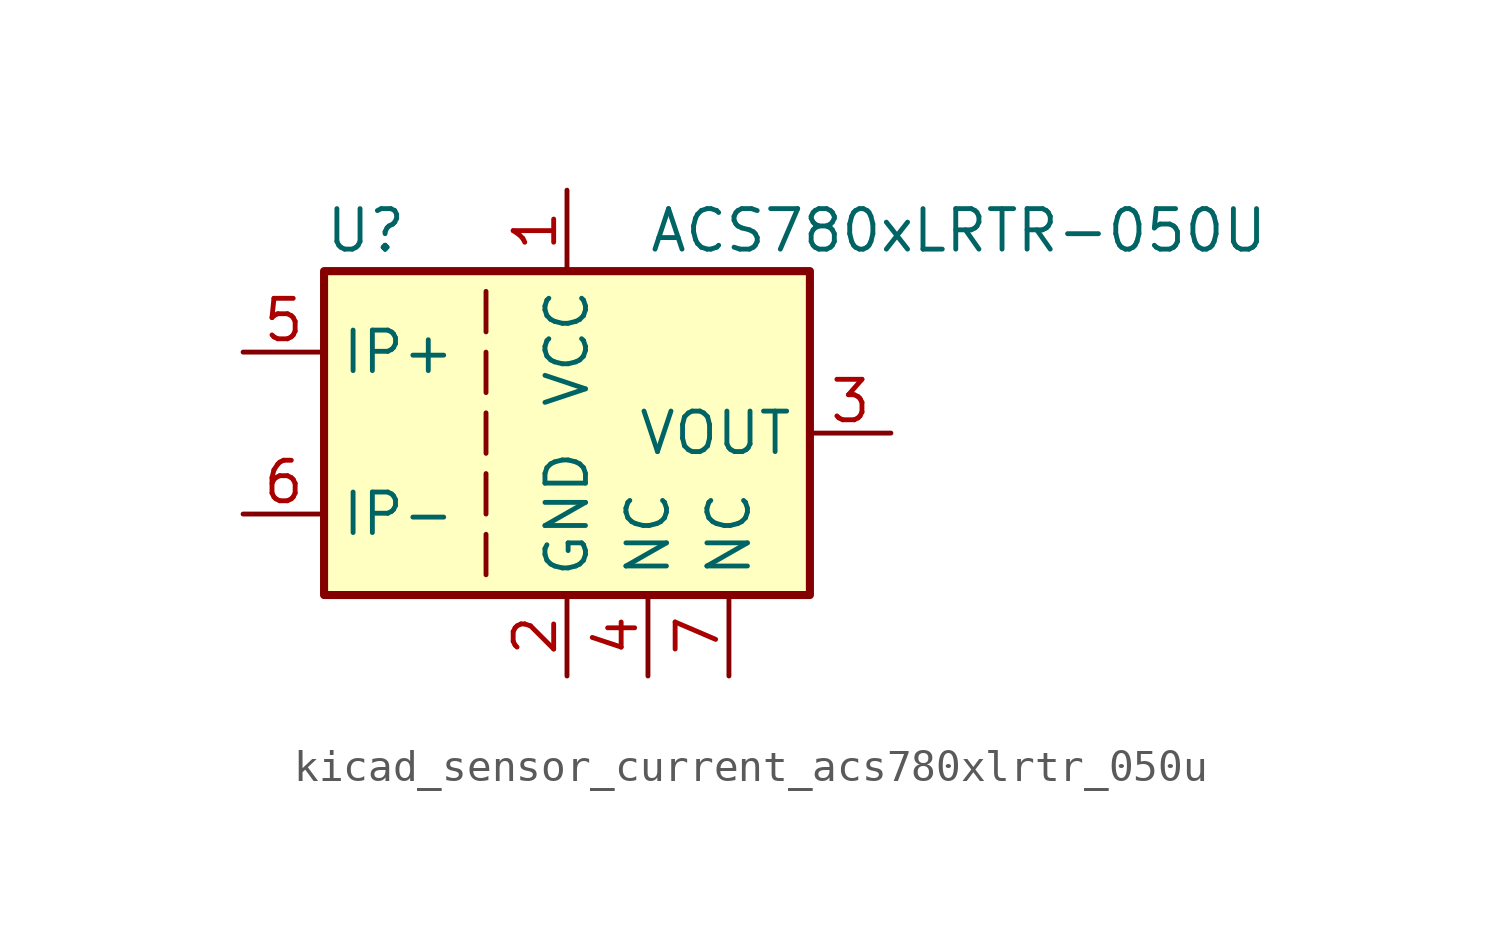
<source format=kicad_sym>
(kicad_symbol_lib
  (version 20220914)
  (generator kicad_symbol_editor)
  (symbol "kicad_sensor_current_acs780xlrtr_050u"
    (property "Reference" "U"
      (at -7.62 6.35 0)
      (effects (font (size 1.27 1.27)) (justify left)))
    (property "Value" "ACS780xLRTR-050U"
      (at 2.54 6.35 0)
      (effects (font (size 1.27 1.27)) (justify left)))
    (symbol "kicad_sensor_current_acs780xlrtr_050u_0_1"
      (rectangle (start -7.62 5.08) (end 7.62 -5.08) (stroke (width 0.254) (type default)) (fill (type background)))
      (polyline (pts (xy -2.54 -3.175) (xy -2.54 -4.445)) (stroke (width 0) (type default)) (fill (type none)))
      (polyline (pts (xy -2.54 -1.27) (xy -2.54 -2.54)) (stroke (width 0) (type default)) (fill (type none)))
      (polyline (pts (xy -2.54 0.635) (xy -2.54 -0.635)) (stroke (width 0) (type default)) (fill (type none)))
      (polyline (pts (xy -2.54 1.27) (xy -2.54 2.54)) (stroke (width 0) (type default)) (fill (type none)))
      (polyline (pts (xy -2.54 3.175) (xy -2.54 4.445)) (stroke (width 0) (type default)) (fill (type none))))
    (symbol "kicad_sensor_current_acs780xlrtr_050u_1_1"
      (pin power_in line (at 0 7.62 270) (length 2.54) (name "VCC" (effects (font (size 1.27 1.27)))) (number "1" (effects (font (size 1.27 1.27)))))
      (pin power_in line (at 0 -7.62 90) (length 2.54) (name "GND" (effects (font (size 1.27 1.27)))) (number "2" (effects (font (size 1.27 1.27)))))
      (pin output line (at 10.16 0 180) (length 2.54) (name "VOUT" (effects (font (size 1.27 1.27)))) (number "3" (effects (font (size 1.27 1.27)))))
      (pin passive line (at 2.54 -7.62 90) (length 2.54) (name "NC" (effects (font (size 1.27 1.27)))) (number "4" (effects (font (size 1.27 1.27)))))
      (pin passive line (at -10.16 2.54 0) (length 2.54) (name "IP+" (effects (font (size 1.27 1.27)))) (number "5" (effects (font (size 1.27 1.27)))))
      (pin passive line (at -10.16 -2.54 0) (length 2.54) (name "IP-" (effects (font (size 1.27 1.27)))) (number "6" (effects (font (size 1.27 1.27)))))
      (pin passive line (at 5.08 -7.62 90) (length 2.54) (name "NC" (effects (font (size 1.27 1.27)))) (number "7" (effects (font (size 1.27 1.27))))))))
</source>
